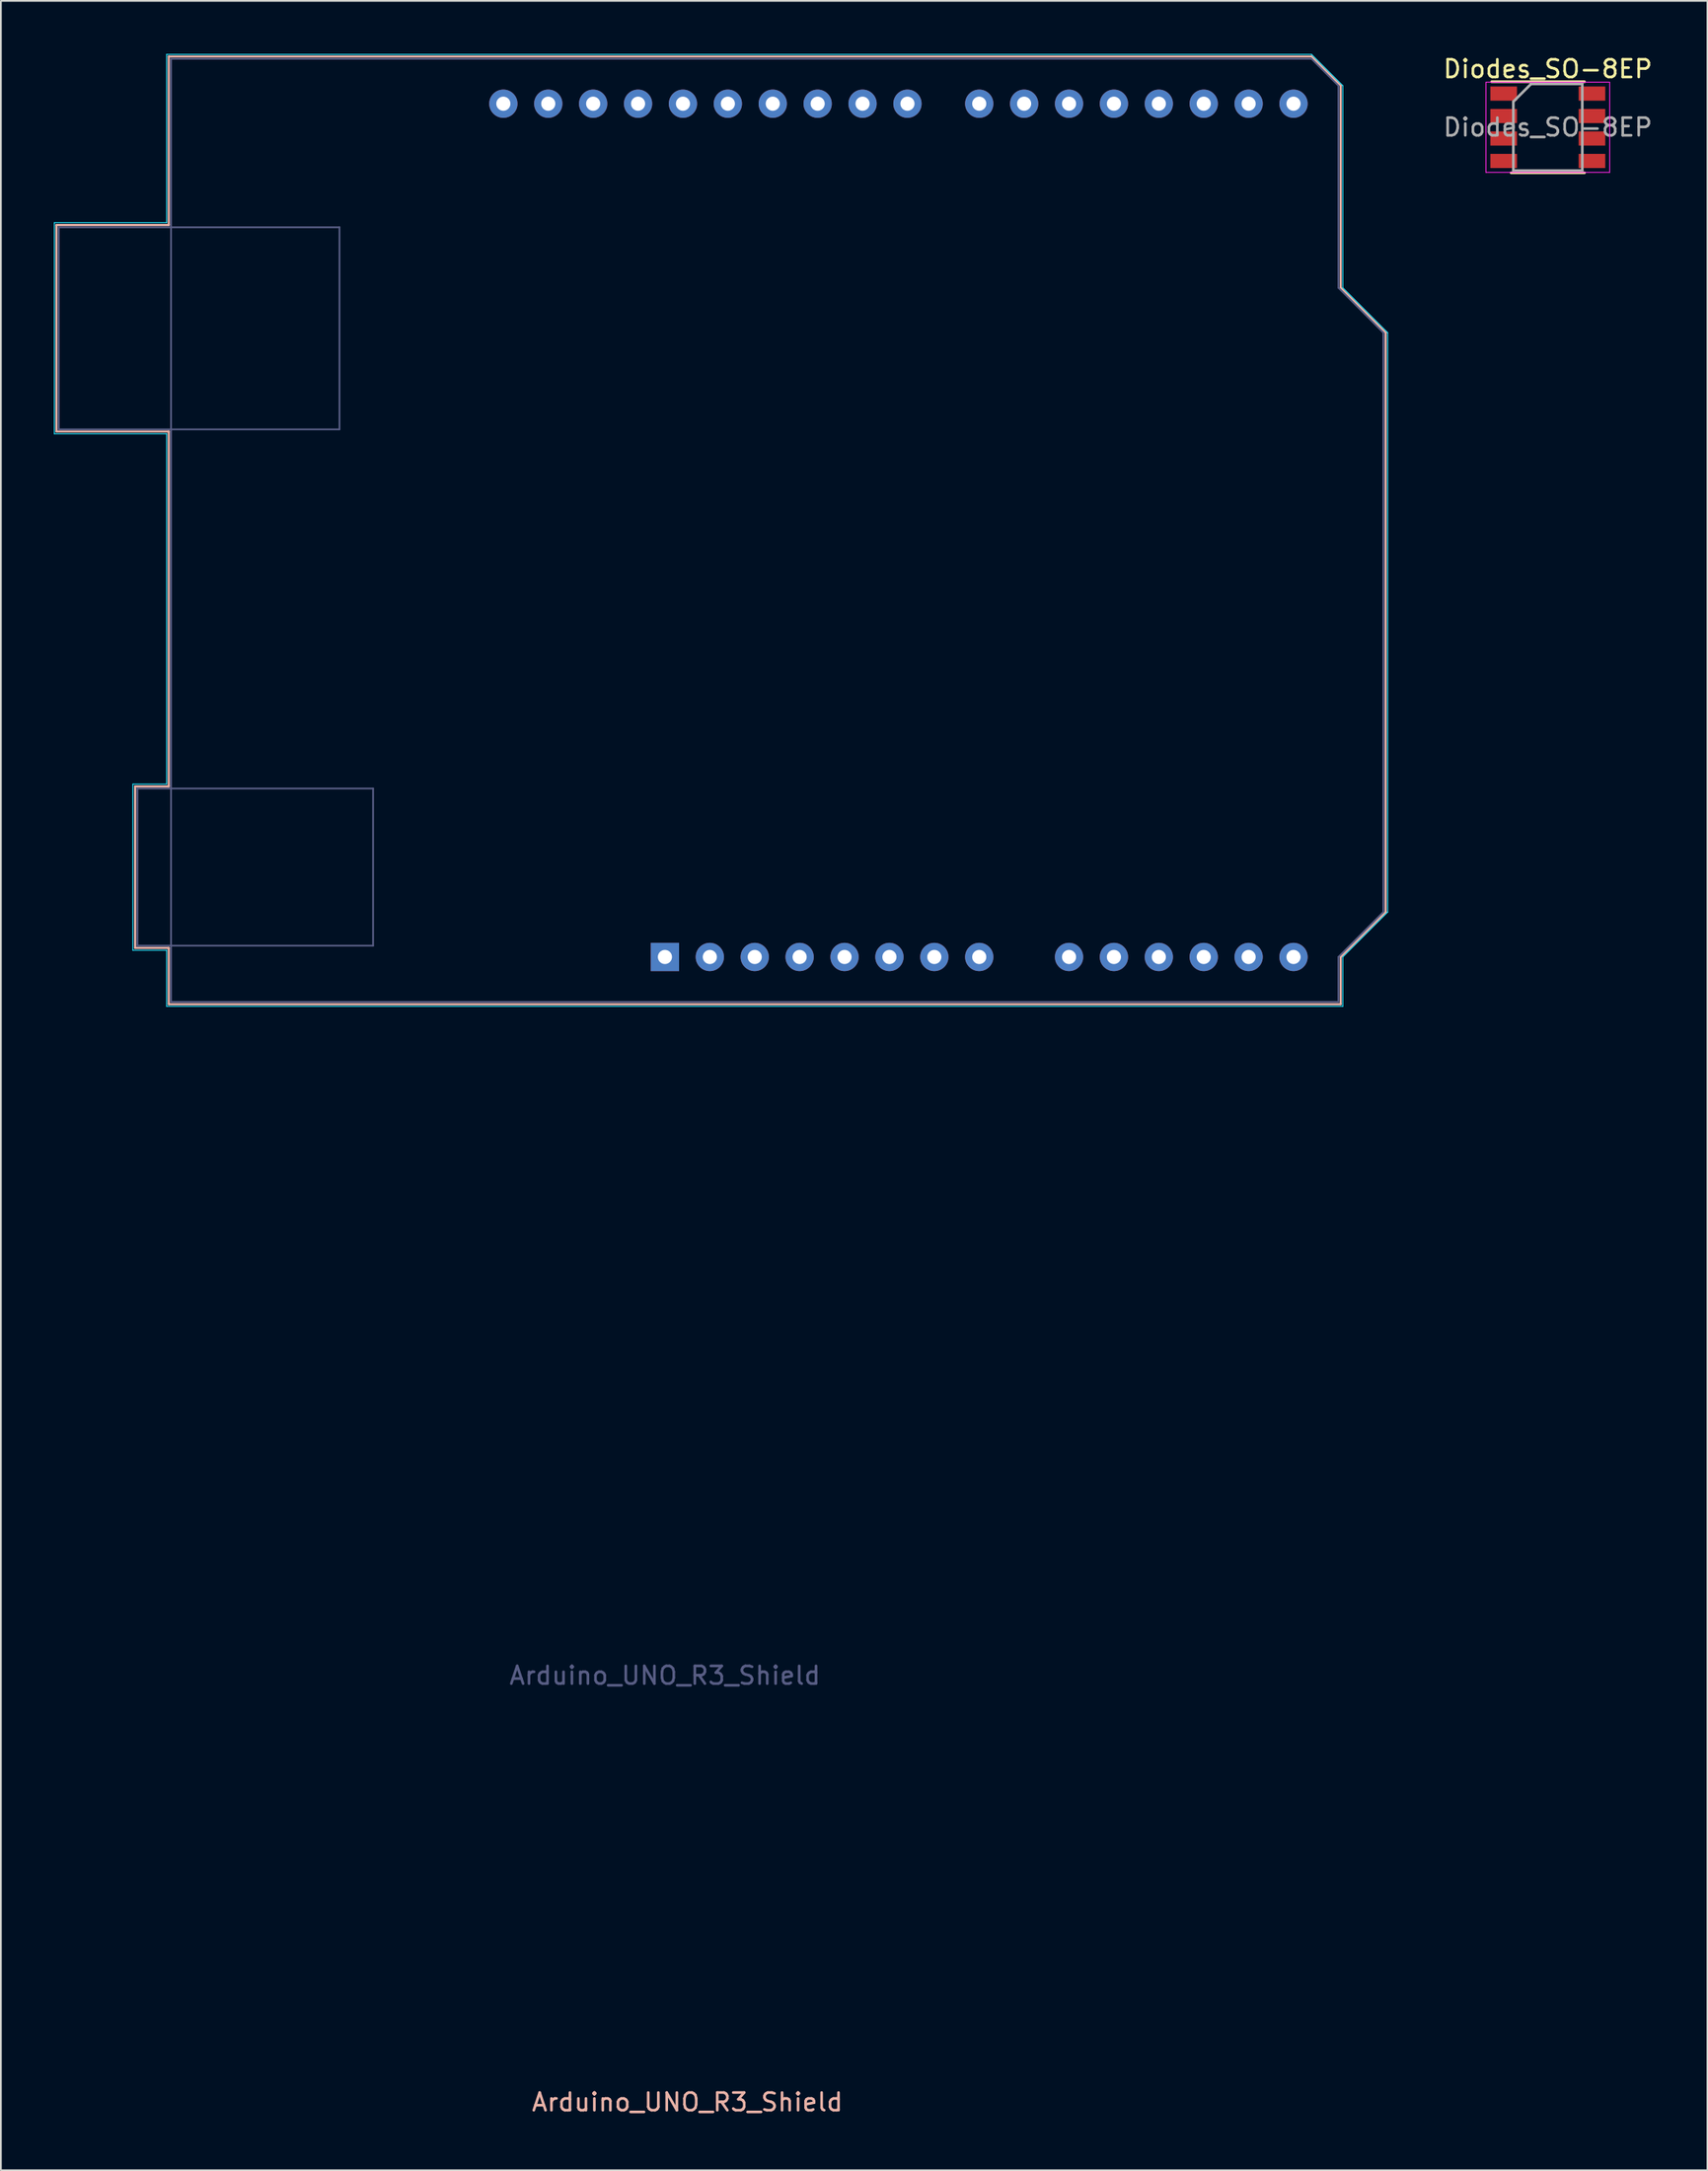
<source format=kicad_pcb>
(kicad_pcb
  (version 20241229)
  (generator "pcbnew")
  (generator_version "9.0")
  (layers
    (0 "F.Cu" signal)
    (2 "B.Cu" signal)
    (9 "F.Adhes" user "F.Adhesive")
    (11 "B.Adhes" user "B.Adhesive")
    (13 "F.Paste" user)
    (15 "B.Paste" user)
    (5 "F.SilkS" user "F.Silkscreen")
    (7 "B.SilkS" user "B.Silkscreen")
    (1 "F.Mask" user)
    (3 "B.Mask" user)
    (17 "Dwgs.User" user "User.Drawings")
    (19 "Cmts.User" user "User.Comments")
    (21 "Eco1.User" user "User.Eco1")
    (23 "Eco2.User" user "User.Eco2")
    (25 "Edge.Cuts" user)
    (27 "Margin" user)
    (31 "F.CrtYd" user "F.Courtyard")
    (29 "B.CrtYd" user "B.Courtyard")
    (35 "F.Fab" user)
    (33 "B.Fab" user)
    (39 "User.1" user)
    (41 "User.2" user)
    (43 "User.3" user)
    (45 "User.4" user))
  (footprint "Arduino_UNO_R3_Shield"
    (layer "F.Cu")
    (at 34.565 51.075)
    (property "Reference" "Arduino_UNO_R3_Shield" (at 1.27 64.77 180) (layer "B.SilkS") (effects (font (size 1 1) (thickness 0.15))))
    (attr through_hole)
    (fp_line (start -34.42 -41.4) (end -28.07 -41.4) (stroke (width 0.12) (type solid)) (layer "B.SilkS"))
    (fp_line (start -34.42 -29.72) (end -34.42 -41.4) (stroke (width 0.12) (type solid)) (layer "B.SilkS"))
    (fp_line (start -29.97 -9.65) (end -28.07 -9.65) (stroke (width 0.12) (type solid)) (layer "B.SilkS"))
    (fp_line (start -29.97 -0.51) (end -29.97 -9.65) (stroke (width 0.12) (type solid)) (layer "B.SilkS"))
    (fp_line (start -28.07 -50.93) (end 36.58 -50.93) (stroke (width 0.12) (type solid)) (layer "B.SilkS"))
    (fp_line (start -28.07 -41.4) (end -28.07 -50.93) (stroke (width 0.12) (type solid)) (layer "B.SilkS"))
    (fp_line (start -28.07 -29.72) (end -34.42 -29.72) (stroke (width 0.12) (type solid)) (layer "B.SilkS"))
    (fp_line (start -28.07 -9.65) (end -28.07 -29.72) (stroke (width 0.12) (type solid)) (layer "B.SilkS"))
    (fp_line (start -28.07 -0.51) (end -29.97 -0.51) (stroke (width 0.12) (type solid)) (layer "B.SilkS"))
    (fp_line (start -28.07 2.67) (end -28.07 -0.51) (stroke (width 0.12) (type solid)) (layer "B.SilkS"))
    (fp_line (start 36.58 -50.93) (end 38.23 -49.28) (stroke (width 0.12) (type solid)) (layer "B.SilkS"))
    (fp_line (start 38.23 -49.28) (end 38.23 -37.85) (stroke (width 0.12) (type solid)) (layer "B.SilkS"))
    (fp_line (start 38.23 -37.85) (end 40.77 -35.31) (stroke (width 0.12) (type solid)) (layer "B.SilkS"))
    (fp_line (start 38.23 0) (end 38.23 2.67) (stroke (width 0.12) (type solid)) (layer "B.SilkS"))
    (fp_line (start 38.23 2.67) (end -28.07 2.67) (stroke (width 0.12) (type solid)) (layer "B.SilkS"))
    (fp_line (start 40.77 -35.31) (end 40.77 -2.54) (stroke (width 0.12) (type solid)) (layer "B.SilkS"))
    (fp_line (start 40.77 -2.54) (end 38.23 0) (stroke (width 0.12) (type solid)) (layer "B.SilkS"))
    (fp_line (start -34.54 -41.53) (end -34.54 -29.59) (stroke (width 0.05) (type solid)) (layer "B.CrtYd"))
    (fp_line (start -34.54 -29.59) (end -28.19 -29.59) (stroke (width 0.05) (type solid)) (layer "B.CrtYd"))
    (fp_line (start -30.1 -9.78) (end -30.1 -0.38) (stroke (width 0.05) (type solid)) (layer "B.CrtYd"))
    (fp_line (start -30.1 -0.38) (end -28.19 -0.38) (stroke (width 0.05) (type solid)) (layer "B.CrtYd"))
    (fp_line (start -28.19 -51.05) (end -28.19 -41.53) (stroke (width 0.05) (type solid)) (layer "B.CrtYd"))
    (fp_line (start -28.19 -41.53) (end -34.54 -41.53) (stroke (width 0.05) (type solid)) (layer "B.CrtYd"))
    (fp_line (start -28.19 -29.59) (end -28.19 -9.78) (stroke (width 0.05) (type solid)) (layer "B.CrtYd"))
    (fp_line (start -28.19 -9.78) (end -30.1 -9.78) (stroke (width 0.05) (type solid)) (layer "B.CrtYd"))
    (fp_line (start -28.19 -0.38) (end -28.19 2.79) (stroke (width 0.05) (type solid)) (layer "B.CrtYd"))
    (fp_line (start -28.19 2.79) (end 38.35 2.79) (stroke (width 0.05) (type solid)) (layer "B.CrtYd"))
    (fp_line (start 36.58 -51.05) (end -28.19 -51.05) (stroke (width 0.05) (type solid)) (layer "B.CrtYd"))
    (fp_line (start 38.35 -49.28) (end 36.58 -51.05) (stroke (width 0.05) (type solid)) (layer "B.CrtYd"))
    (fp_line (start 38.35 -37.85) (end 38.35 -49.28) (stroke (width 0.05) (type solid)) (layer "B.CrtYd"))
    (fp_line (start 38.35 0) (end 40.89 -2.54) (stroke (width 0.05) (type solid)) (layer "B.CrtYd"))
    (fp_line (start 38.35 2.79) (end 38.35 0) (stroke (width 0.05) (type solid)) (layer "B.CrtYd"))
    (fp_line (start 40.89 -35.31) (end 38.35 -37.85) (stroke (width 0.05) (type solid)) (layer "B.CrtYd"))
    (fp_line (start 40.89 -2.54) (end 40.89 -35.31) (stroke (width 0.05) (type solid)) (layer "B.CrtYd"))
    (fp_line (start -34.29 -41.27) (end -34.29 -29.84) (stroke (width 0.1) (type solid)) (layer "B.Fab"))
    (fp_line (start -34.29 -29.84) (end -18.41 -29.84) (stroke (width 0.1) (type solid)) (layer "B.Fab"))
    (fp_line (start -29.84 -9.53) (end -29.84 -0.64) (stroke (width 0.1) (type solid)) (layer "B.Fab"))
    (fp_line (start -29.84 -0.64) (end -16.51 -0.64) (stroke (width 0.1) (type solid)) (layer "B.Fab"))
    (fp_line (start -27.94 -50.8) (end -27.94 2.54) (stroke (width 0.1) (type solid)) (layer "B.Fab"))
    (fp_line (start -27.94 2.54) (end 38.1 2.54) (stroke (width 0.1) (type solid)) (layer "B.Fab"))
    (fp_line (start -18.41 -41.27) (end -34.29 -41.27) (stroke (width 0.1) (type solid)) (layer "B.Fab"))
    (fp_line (start -18.41 -29.84) (end -18.41 -41.27) (stroke (width 0.1) (type solid)) (layer "B.Fab"))
    (fp_line (start -16.51 -9.53) (end -29.84 -9.53) (stroke (width 0.1) (type solid)) (layer "B.Fab"))
    (fp_line (start -16.51 -0.64) (end -16.51 -9.53) (stroke (width 0.1) (type solid)) (layer "B.Fab"))
    (fp_line (start 36.58 -50.8) (end -27.94 -50.8) (stroke (width 0.1) (type solid)) (layer "B.Fab"))
    (fp_line (start 38.1 -49.28) (end 36.58 -50.8) (stroke (width 0.1) (type solid)) (layer "B.Fab"))
    (fp_line (start 38.1 -37.85) (end 38.1 -49.28) (stroke (width 0.1) (type solid)) (layer "B.Fab"))
    (fp_line (start 38.1 0) (end 40.64 -2.54) (stroke (width 0.1) (type solid)) (layer "B.Fab"))
    (fp_line (start 38.1 2.54) (end 38.1 0) (stroke (width 0.1) (type solid)) (layer "B.Fab"))
    (fp_line (start 40.64 -35.31) (end 38.1 -37.85) (stroke (width 0.1) (type solid)) (layer "B.Fab"))
    (fp_line (start 40.64 -2.54) (end 40.64 -35.31) (stroke (width 0.1) (type solid)) (layer "B.Fab"))
    (fp_text user "${REFERENCE}" (at 0 40.64 180) (layer "B.Fab") (effects (font (size 1 1) (thickness 0.15))))
    (pad "1" thru_hole rect (at 0 0 270) (size 1.6 1.6) (drill 0.8) (layers "*.Cu" "*.Mask"))
    (pad "2" thru_hole oval (at 2.54 0 270) (size 1.6 1.6) (drill 0.8) (layers "*.Cu" "*.Mask"))
    (pad "3" thru_hole oval (at 5.08 0 270) (size 1.6 1.6) (drill 0.8) (layers "*.Cu" "*.Mask"))
    (pad "4" thru_hole oval (at 7.62 0 270) (size 1.6 1.6) (drill 0.8) (layers "*.Cu" "*.Mask"))
    (pad "5" thru_hole oval (at 10.16 0 270) (size 1.6 1.6) (drill 0.8) (layers "*.Cu" "*.Mask"))
    (pad "6" thru_hole oval (at 12.7 0 270) (size 1.6 1.6) (drill 0.8) (layers "*.Cu" "*.Mask"))
    (pad "7" thru_hole oval (at 15.24 0 270) (size 1.6 1.6) (drill 0.8) (layers "*.Cu" "*.Mask"))
    (pad "8" thru_hole oval (at 17.78 0 270) (size 1.6 1.6) (drill 0.8) (layers "*.Cu" "*.Mask"))
    (pad "9" thru_hole oval (at 22.86 0 270) (size 1.6 1.6) (drill 0.8) (layers "*.Cu" "*.Mask"))
    (pad "10" thru_hole oval (at 25.4 0 270) (size 1.6 1.6) (drill 0.8) (layers "*.Cu" "*.Mask"))
    (pad "11" thru_hole oval (at 27.94 0 270) (size 1.6 1.6) (drill 0.8) (layers "*.Cu" "*.Mask"))
    (pad "12" thru_hole oval (at 30.48 0 270) (size 1.6 1.6) (drill 0.8) (layers "*.Cu" "*.Mask"))
    (pad "13" thru_hole oval (at 33.02 0 270) (size 1.6 1.6) (drill 0.8) (layers "*.Cu" "*.Mask"))
    (pad "14" thru_hole oval (at 35.56 0 270) (size 1.6 1.6) (drill 0.8) (layers "*.Cu" "*.Mask"))
    (pad "15" thru_hole oval (at 35.56 -48.26 270) (size 1.6 1.6) (drill 0.8) (layers "*.Cu" "*.Mask"))
    (pad "16" thru_hole oval (at 33.02 -48.26 270) (size 1.6 1.6) (drill 0.8) (layers "*.Cu" "*.Mask"))
    (pad "17" thru_hole oval (at 30.48 -48.26 270) (size 1.6 1.6) (drill 0.8) (layers "*.Cu" "*.Mask"))
    (pad "18" thru_hole oval (at 27.94 -48.26 270) (size 1.6 1.6) (drill 0.8) (layers "*.Cu" "*.Mask"))
    (pad "19" thru_hole oval (at 25.4 -48.26 270) (size 1.6 1.6) (drill 0.8) (layers "*.Cu" "*.Mask"))
    (pad "20" thru_hole oval (at 22.86 -48.26 270) (size 1.6 1.6) (drill 0.8) (layers "*.Cu" "*.Mask"))
    (pad "21" thru_hole oval (at 20.32 -48.26 270) (size 1.6 1.6) (drill 0.8) (layers "*.Cu" "*.Mask"))
    (pad "22" thru_hole oval (at 17.78 -48.26 270) (size 1.6 1.6) (drill 0.8) (layers "*.Cu" "*.Mask"))
    (pad "23" thru_hole oval (at 13.72 -48.26 270) (size 1.6 1.6) (drill 0.8) (layers "*.Cu" "*.Mask"))
    (pad "24" thru_hole oval (at 11.18 -48.26 270) (size 1.6 1.6) (drill 0.8) (layers "*.Cu" "*.Mask"))
    (pad "25" thru_hole oval (at 8.64 -48.26 270) (size 1.6 1.6) (drill 0.8) (layers "*.Cu" "*.Mask"))
    (pad "26" thru_hole oval (at 6.1 -48.26 270) (size 1.6 1.6) (drill 0.8) (layers "*.Cu" "*.Mask"))
    (pad "27" thru_hole oval (at 3.56 -48.26 270) (size 1.6 1.6) (drill 0.8) (layers "*.Cu" "*.Mask"))
    (pad "28" thru_hole oval (at 1.02 -48.26 270) (size 1.6 1.6) (drill 0.8) (layers "*.Cu" "*.Mask"))
    (pad "29" thru_hole oval (at -1.52 -48.26 270) (size 1.6 1.6) (drill 0.8) (layers "*.Cu" "*.Mask"))
    (pad "30" thru_hole oval (at -4.06 -48.26 270) (size 1.6 1.6) (drill 0.8) (layers "*.Cu" "*.Mask"))
    (pad "31" thru_hole oval (at -6.6 -48.26 270) (size 1.6 1.6) (drill 0.8) (layers "*.Cu" "*.Mask"))
    (pad "32" thru_hole oval (at -9.14 -48.26 270) (size 1.6 1.6) (drill 0.8) (layers "*.Cu" "*.Mask")))
  (footprint "Diodes_SO-8EP"
    (layer "F.Cu")
    (at 84.51 4.148)
    (property "Reference" "Diodes_SO-8EP" (at 0 -3.3 0) (layer "F.SilkS") (effects (font (size 1 1) (thickness 0.15))))
    (attr smd)
    (fp_line (start -3.175 -2.575) (end 2.075 -2.575) (stroke (width 0.15) (type solid)) (layer "F.SilkS"))
    (fp_line (start -2.075 2.575) (end 2.075 2.575) (stroke (width 0.15) (type solid)) (layer "F.SilkS"))
    (fp_line (start -3.5 -2.55) (end -3.5 2.55) (stroke (width 0.05) (type solid)) (layer "F.CrtYd"))
    (fp_line (start -3.5 -2.55) (end 3.5 -2.55) (stroke (width 0.05) (type solid)) (layer "F.CrtYd"))
    (fp_line (start -3.5 2.55) (end 3.5 2.55) (stroke (width 0.05) (type solid)) (layer "F.CrtYd"))
    (fp_line (start 3.5 -2.55) (end 3.5 2.55) (stroke (width 0.05) (type solid)) (layer "F.CrtYd"))
    (fp_line (start -1.95 -1.45) (end -0.95 -2.45) (stroke (width 0.15) (type solid)) (layer "F.Fab"))
    (fp_line (start -1.95 2.45) (end -1.95 -1.45) (stroke (width 0.15) (type solid)) (layer "F.Fab"))
    (fp_line (start -0.95 -2.45) (end 1.95 -2.45) (stroke (width 0.15) (type solid)) (layer "F.Fab"))
    (fp_line (start 1.95 -2.45) (end 1.95 2.45) (stroke (width 0.15) (type solid)) (layer "F.Fab"))
    (fp_line (start 1.95 2.45) (end -1.95 2.45) (stroke (width 0.15) (type solid)) (layer "F.Fab"))
    (fp_text user "${REFERENCE}" (at 0 0 0) (layer "F.Fab") (effects (font (size 1 1) (thickness 0.15))))
    (pad "1" smd rect (at -2.498 -1.905) (size 1.505 0.802) (layers "F.Cu" "F.Mask" "F.Paste"))
    (pad "2" smd rect (at -2.498 -0.635) (size 1.505 0.802) (layers "F.Cu" "F.Mask" "F.Paste"))
    (pad "3" smd rect (at -2.498 0.635) (size 1.505 0.802) (layers "F.Cu" "F.Mask" "F.Paste"))
    (pad "4" smd rect (at -2.498 1.905) (size 1.505 0.802) (layers "F.Cu" "F.Mask" "F.Paste"))
    (pad "5" smd rect (at 2.498 1.905) (size 1.505 0.802) (layers "F.Cu" "F.Mask" "F.Paste"))
    (pad "6" smd rect (at 2.498 0.635) (size 1.505 0.802) (layers "F.Cu" "F.Mask" "F.Paste"))
    (pad "7" smd rect (at 2.498 -0.635) (size 1.505 0.802) (layers "F.Cu" "F.Mask" "F.Paste"))
    (pad "8" smd rect (at 2.498 -1.905) (size 1.505 0.802) (layers "F.Cu" "F.Mask" "F.Paste")))
  (gr_rect
    (start -3 -3)
    (end 93.54 119.693)
    (stroke (width 0.1) (type default))
    (fill no)
    (layer "Edge.Cuts")))
</source>
